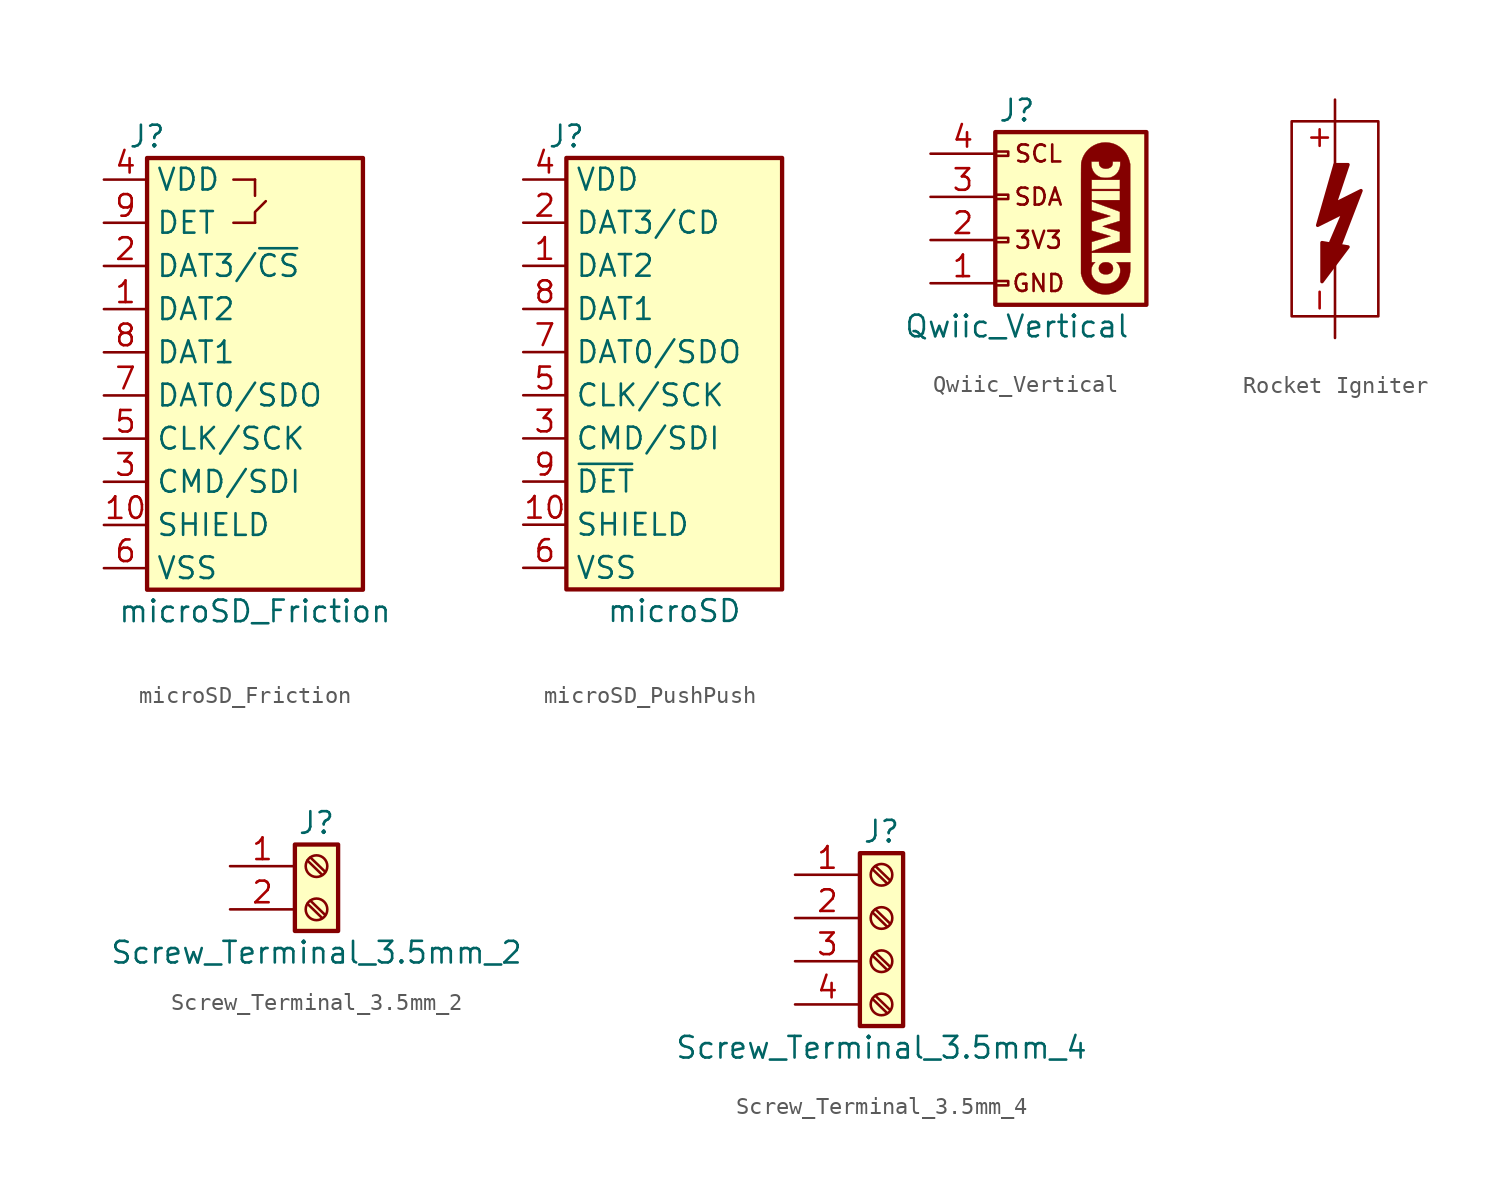
<source format=kicad_sym>
(kicad_symbol_lib
  (version 20231120)
  (generator "kicad_symbol_editor")
  (generator_version "8.0")
  (symbol "microSD_Friction"
    (property "Reference" "J"
      (at -6.35 15.24 0)
      (do_not_autoplace)
      (effects (font (size 1.27 1.27))))
    (property "Value" "microSD_Friction"
      (at 0 -12.7 0)
      (do_not_autoplace)
      (effects (font (size 1.27 1.27))))
    (symbol "microSD_Friction_0_1"
      (polyline (pts (xy -1.27 10.16) (xy 0 10.16)) (stroke (width 0) (type default)) (fill (type none)))
      (polyline (pts (xy -1.27 12.7) (xy 0 12.7)) (stroke (width 0) (type default)) (fill (type none)))
      (polyline (pts (xy 0 12.7) (xy 0 11.748)) (stroke (width 0) (type default)) (fill (type none)))
      (polyline (pts (xy 0 10.16) (xy 0 10.795) (xy 0.635 11.43)) (stroke (width 0) (type default)) (fill (type none))))
    (symbol "microSD_Friction_1_1"
      (rectangle (start -6.35 13.97) (end 6.35 -11.43) (stroke (width 0.254) (type default)) (fill (type background)))
      (pin bidirectional line (at -8.89 5.08 0) (length 2.54) (name "DAT2" (effects (font (size 1.27 1.27)))) (number "1" (effects (font (size 1.27 1.27)))))
      (pin passive line (at -8.89 -7.62 0) (length 2.54) (name "SHIELD" (effects (font (size 1.27 1.27)))) (number "10" (effects (font (size 1.27 1.27)))))
      (pin bidirectional line (at -8.89 7.62 0) (length 2.54) (name "DAT3/~{CS}" (effects (font (size 1.27 1.27)))) (number "2" (effects (font (size 1.27 1.27)))))
      (pin input line (at -8.89 -5.08 0) (length 2.54) (name "CMD/SDI" (effects (font (size 1.27 1.27)))) (number "3" (effects (font (size 1.27 1.27)))))
      (pin power_in line (at -8.89 12.7 0) (length 2.54) (name "VDD" (effects (font (size 1.27 1.27)))) (number "4" (effects (font (size 1.27 1.27)))))
      (pin input line (at -8.89 -2.54 0) (length 2.54) (name "CLK/SCK" (effects (font (size 1.27 1.27)))) (number "5" (effects (font (size 1.27 1.27)))))
      (pin power_in line (at -8.89 -10.16 0) (length 2.54) (name "VSS" (effects (font (size 1.27 1.27)))) (number "6" (effects (font (size 1.27 1.27)))))
      (pin bidirectional line (at -8.89 0 0) (length 2.54) (name "DAT0/SDO" (effects (font (size 1.27 1.27)))) (number "7" (effects (font (size 1.27 1.27)))))
      (pin bidirectional line (at -8.89 2.54 0) (length 2.54) (name "DAT1" (effects (font (size 1.27 1.27)))) (number "8" (effects (font (size 1.27 1.27)))))
      (pin passive line (at -8.89 10.16 0) (length 2.54) (name "DET" (effects (font (size 1.27 1.27)))) (number "9" (effects (font (size 1.27 1.27)))))))
  (symbol "microSD_PushPush"
    (property "Reference" "J"
      (at -6.35 15.24 0)
      (do_not_autoplace)
      (effects (font (size 1.27 1.27))))
    (property "Value" "microSD"
      (at 0 -12.7 0)
      (do_not_autoplace)
      (effects (font (size 1.27 1.27))))
    (symbol "microSD_PushPush_1_1"
      (rectangle (start -6.35 13.97) (end 6.35 -11.43) (stroke (width 0.254) (type default)) (fill (type background)))
      (pin bidirectional line (at -8.89 7.62 0) (length 2.54) (name "DAT2" (effects (font (size 1.27 1.27)))) (number "1" (effects (font (size 1.27 1.27)))))
      (pin passive line (at -8.89 -7.62 0) (length 2.54) (name "SHIELD" (effects (font (size 1.27 1.27)))) (number "10" (effects (font (size 1.27 1.27)))))
      (pin bidirectional line (at -8.89 10.16 0) (length 2.54) (name "DAT3/CD" (effects (font (size 1.27 1.27)))) (number "2" (effects (font (size 1.27 1.27)))))
      (pin input line (at -8.89 -2.54 0) (length 2.54) (name "CMD/SDI" (effects (font (size 1.27 1.27)))) (number "3" (effects (font (size 1.27 1.27)))))
      (pin power_in line (at -8.89 12.7 0) (length 2.54) (name "VDD" (effects (font (size 1.27 1.27)))) (number "4" (effects (font (size 1.27 1.27)))))
      (pin input line (at -8.89 0 0) (length 2.54) (name "CLK/SCK" (effects (font (size 1.27 1.27)))) (number "5" (effects (font (size 1.27 1.27)))))
      (pin power_in line (at -8.89 -10.16 0) (length 2.54) (name "VSS" (effects (font (size 1.27 1.27)))) (number "6" (effects (font (size 1.27 1.27)))))
      (pin bidirectional line (at -8.89 2.54 0) (length 2.54) (name "DAT0/SDO" (effects (font (size 1.27 1.27)))) (number "7" (effects (font (size 1.27 1.27)))))
      (pin bidirectional line (at -8.89 5.08 0) (length 2.54) (name "DAT1" (effects (font (size 1.27 1.27)))) (number "8" (effects (font (size 1.27 1.27)))))
      (pin passive line (at -8.89 -5.08 0) (length 2.54) (name "~{DET}" (effects (font (size 1.27 1.27)))) (number "9" (effects (font (size 1.27 1.27)))))))
  (symbol "Qwiic_Vertical"
    (pin_names
      (offset 1.016) hide)
    (property "Reference" "J"
      (at 0 5.08 0)
      (effects (font (size 1.27 1.27))))
    (property "Value" "Qwiic_Vertical"
      (at 0 -7.62 0)
      (effects (font (size 1.27 1.27))))
    (symbol "Qwiic_Vertical_0_0"
      (polyline (pts (xy 5.651 -4.146) (xy 5.63 -4.065) (xy 5.592 -3.998) (xy 5.537 -3.943) (xy 5.463 -3.896) (xy 5.439 -3.884) (xy 5.402 -3.868) (xy 5.368 -3.858) (xy 5.329 -3.852) (xy 5.277 -3.849) (xy 5.218 -3.847) (xy 5.123 -3.856) (xy 5.04 -3.88) (xy 4.97 -3.92) (xy 4.908 -3.976) (xy 4.894 -3.992) (xy 4.854 -4.055) (xy 4.831 -4.124) (xy 4.824 -4.205) (xy 4.824 -4.222) (xy 4.834 -4.301) (xy 4.861 -4.369) (xy 4.905 -4.431) (xy 4.933 -4.459) (xy 5.001 -4.509) (xy 5.079 -4.542) (xy 5.17 -4.559) (xy 5.274 -4.561) (xy 5.326 -4.556) (xy 5.42 -4.535) (xy 5.499 -4.497) (xy 5.564 -4.444) (xy 5.613 -4.376) (xy 5.647 -4.293) (xy 5.65 -4.279) (xy 5.656 -4.232) (xy 5.656 -4.188) (xy 5.651 -4.146)) (stroke (width 0.01) (type default)) (fill (type outline)))
      (polyline (pts (xy 6.669 -0.679) (xy 6.666 1.933) (xy 6.642 2.039) (xy 6.63 2.087) (xy 6.579 2.253) (xy 6.514 2.404) (xy 6.434 2.543) (xy 6.336 2.673) (xy 6.221 2.796) (xy 6.17 2.843) (xy 6.03 2.953) (xy 5.884 3.042) (xy 5.729 3.111) (xy 5.567 3.161) (xy 5.395 3.19) (xy 5.215 3.2) (xy 5.17 3.199) (xy 5.006 3.187) (xy 4.851 3.157) (xy 4.701 3.108) (xy 4.551 3.04) (xy 4.51 3.019) (xy 4.361 2.924) (xy 4.226 2.813) (xy 4.107 2.687) (xy 4.003 2.547) (xy 3.916 2.395) (xy 3.847 2.229) (xy 3.795 2.053) (xy 3.793 2.045) (xy 3.791 2.036) (xy 3.789 2.024) (xy 3.788 2.011) (xy 3.786 1.994) (xy 3.785 1.973) (xy 3.784 1.948) (xy 3.783 1.918) (xy 3.781 1.881) (xy 3.78 1.838) (xy 3.78 1.787) (xy 3.779 1.728) (xy 3.778 1.659) (xy 3.777 1.581) (xy 3.777 1.492) (xy 3.776 1.393) (xy 3.776 1.28) (xy 3.776 1.156) (xy 3.775 1.017) (xy 3.775 0.865) (xy 3.775 0.697) (xy 3.775 0.514) (xy 3.775 0.314) (xy 3.775 0.097) (xy 3.775 -0.139) (xy 3.774 -0.393) (xy 3.774 -0.666) (xy 3.774 -0.96) (xy 3.774 -1.274) (xy 3.774 -4.515) (xy 3.804 -4.632) (xy 3.824 -4.703) (xy 3.884 -4.868) (xy 3.961 -5.021) (xy 4.056 -5.162) (xy 4.17 -5.295) (xy 4.295 -5.412) (xy 4.436 -5.516) (xy 4.586 -5.601) (xy 4.746 -5.666) (xy 4.916 -5.712) (xy 5.096 -5.739) (xy 5.257 -5.744) (xy 5.423 -5.729) (xy 5.589 -5.695) (xy 5.753 -5.642) (xy 5.824 -5.612) (xy 5.973 -5.533) (xy 6.111 -5.436) (xy 6.237 -5.324) (xy 6.349 -5.198) (xy 6.447 -5.06) (xy 6.528 -4.911) (xy 6.593 -4.753) (xy 6.638 -4.588) (xy 6.665 -4.417) (xy 6.665 -4.405) (xy 6.666 -4.37) (xy 6.668 -4.32) (xy 6.669 -4.257) (xy 6.67 -4.186) (xy 6.67 -4.11) (xy 6.672 -3.846) (xy 6.266 -3.846) (xy 5.859 -3.846) (xy 5.922 -3.91) (xy 5.935 -3.924) (xy 6 -4.011) (xy 6.047 -4.11) (xy 6.075 -4.219) (xy 6.085 -4.338) (xy 6.078 -4.451) (xy 6.052 -4.575) (xy 6.007 -4.694) (xy 5.952 -4.786) (xy 5.877 -4.875) (xy 5.786 -4.952) (xy 5.683 -5.013) (xy 5.631 -5.037) (xy 5.564 -5.064) (xy 5.498 -5.083) (xy 5.425 -5.098) (xy 5.338 -5.11) (xy 5.245 -5.116) (xy 5.122 -5.111) (xy 5 -5.094) (xy 4.886 -5.064) (xy 4.786 -5.023) (xy 4.683 -4.962) (xy 4.588 -4.882) (xy 4.509 -4.788) (xy 4.447 -4.681) (xy 4.404 -4.563) (xy 4.403 -4.561) (xy 4.391 -4.499) (xy 4.385 -4.424) (xy 4.383 -4.345) (xy 4.387 -4.266) (xy 4.396 -4.196) (xy 4.409 -4.14) (xy 4.432 -4.082) (xy 4.485 -3.988) (xy 4.555 -3.903) (xy 4.611 -3.846) (xy 4.505 -3.846) (xy 4.4 -3.846) (xy 4.4 -3.569) (xy 4.4 -3.291) (xy 4.405 -3.291) (xy 4.405 -3.202) (xy 4.402 -2.93) (xy 4.402 -2.896) (xy 4.402 -2.808) (xy 4.402 -2.739) (xy 4.404 -2.691) (xy 4.407 -2.661) (xy 4.411 -2.65) (xy 4.414 -2.648) (xy 4.434 -2.642) (xy 4.472 -2.63) (xy 4.527 -2.613) (xy 4.595 -2.592) (xy 4.676 -2.568) (xy 4.767 -2.541) (xy 4.866 -2.512) (xy 4.971 -2.481) (xy 5.017 -2.467) (xy 5.119 -2.437) (xy 5.213 -2.409) (xy 5.298 -2.383) (xy 5.371 -2.36) (xy 5.431 -2.341) (xy 5.475 -2.326) (xy 5.503 -2.317) (xy 5.511 -2.312) (xy 5.505 -2.31) (xy 5.48 -2.302) (xy 5.437 -2.288) (xy 5.379 -2.271) (xy 5.309 -2.25) (xy 5.228 -2.226) (xy 5.138 -2.2) (xy 5.041 -2.172) (xy 4.985 -2.156) (xy 4.886 -2.128) (xy 4.793 -2.101) (xy 4.706 -2.076) (xy 4.63 -2.054) (xy 4.567 -2.035) (xy 4.519 -2.021) (xy 4.489 -2.012) (xy 4.399 -1.985) (xy 4.402 -1.723) (xy 4.405 -1.461) (xy 4.584 -1.408) (xy 4.616 -1.399) (xy 4.774 -1.353) (xy 4.912 -1.313) (xy 5.032 -1.278) (xy 5.135 -1.248) (xy 5.222 -1.222) (xy 5.295 -1.2) (xy 5.354 -1.182) (xy 5.402 -1.168) (xy 5.438 -1.156) (xy 5.465 -1.147) (xy 5.483 -1.139) (xy 5.495 -1.134) (xy 5.5 -1.13) (xy 5.5 -1.126) (xy 5.497 -1.124) (xy 5.492 -1.121) (xy 5.49 -1.121) (xy 5.469 -1.114) (xy 5.43 -1.102) (xy 5.374 -1.085) (xy 5.305 -1.064) (xy 5.224 -1.04) (xy 5.133 -1.013) (xy 5.034 -0.984) (xy 4.93 -0.953) (xy 4.4 -0.797) (xy 4.4 -0.533) (xy 4.4 -0.479) (xy 4.4 -0.411) (xy 4.402 -0.353) (xy 4.403 -0.308) (xy 4.405 -0.279) (xy 4.407 -0.269) (xy 4.409 -0.269) (xy 4.428 -0.276) (xy 4.466 -0.289) (xy 4.52 -0.309) (xy 4.59 -0.334) (xy 4.673 -0.364) (xy 4.768 -0.399) (xy 4.874 -0.437) (xy 4.988 -0.479) (xy 5.11 -0.524) (xy 5.238 -0.57) (xy 6.063 -0.872) (xy 6.063 -0.193) (xy 5.231 -0.193) (xy 4.4 -0.193) (xy 4.4 0.079) (xy 4.4 0.351) (xy 5.231 0.351) (xy 6.063 0.351) (xy 6.063 0.46) (xy 5.231 0.46) (xy 4.4 0.46) (xy 4.4 0.732) (xy 4.4 1.004) (xy 5.231 1.004) (xy 5.237 1.004) (xy 5.237 1.118) (xy 5.146 1.119) (xy 5.067 1.125) (xy 4.997 1.136) (xy 4.933 1.153) (xy 4.868 1.178) (xy 4.797 1.213) (xy 4.766 1.23) (xy 4.681 1.29) (xy 4.601 1.365) (xy 4.531 1.449) (xy 4.478 1.536) (xy 4.469 1.556) (xy 4.431 1.646) (xy 4.405 1.735) (xy 4.391 1.83) (xy 4.385 1.939) (xy 4.383 2.075) (xy 4.609 2.078) (xy 4.835 2.08) (xy 4.835 1.996) (xy 4.837 1.948) (xy 4.849 1.886) (xy 4.874 1.832) (xy 4.914 1.779) (xy 4.973 1.729) (xy 5.046 1.692) (xy 5.128 1.669) (xy 5.215 1.659) (xy 5.304 1.663) (xy 5.39 1.681) (xy 5.47 1.714) (xy 5.54 1.76) (xy 5.573 1.792) (xy 5.607 1.844) (xy 5.628 1.907) (xy 5.637 1.984) (xy 5.642 2.08) (xy 5.861 2.078) (xy 6.08 2.075) (xy 6.081 1.971) (xy 6.081 1.921) (xy 6.074 1.813) (xy 6.055 1.716) (xy 6.024 1.62) (xy 5.978 1.52) (xy 5.934 1.446) (xy 5.857 1.35) (xy 5.765 1.27) (xy 5.659 1.206) (xy 5.625 1.189) (xy 5.565 1.163) (xy 5.51 1.143) (xy 5.455 1.131) (xy 5.395 1.123) (xy 5.324 1.119) (xy 5.237 1.118) (xy 5.237 1.004) (xy 6.063 1.004) (xy 6.063 0.732) (xy 6.063 0.46) (xy 6.063 0.351) (xy 6.063 0.079) (xy 6.063 -0.193) (xy 6.063 -0.872) (xy 6.063 -1.144) (xy 6.063 -1.416) (xy 5.552 -1.573) (xy 5.536 -1.578) (xy 5.436 -1.609) (xy 5.344 -1.638) (xy 5.26 -1.664) (xy 5.188 -1.687) (xy 5.129 -1.707) (xy 5.085 -1.722) (xy 5.058 -1.732) (xy 5.049 -1.737) (xy 5.049 -1.737) (xy 5.062 -1.742) (xy 5.094 -1.753) (xy 5.142 -1.768) (xy 5.205 -1.789) (xy 5.28 -1.812) (xy 5.366 -1.839) (xy 5.46 -1.869) (xy 5.56 -1.9) (xy 6.063 -2.056) (xy 6.063 -2.328) (xy 6.063 -2.601) (xy 5.234 -2.902) (xy 4.405 -3.202) (xy 4.405 -3.291) (xy 5.536 -3.291) (xy 6.673 -3.291) (xy 6.669 -0.679)) (stroke (width 0.01) (type default)) (fill (type outline))))
    (symbol "Qwiic_Vertical_1_1"
      (rectangle (start -1.27 -4.953) (end -0.508 -5.207) (stroke (width 0.152) (type default)) (fill (type none)))
      (rectangle (start -1.27 -2.413) (end -0.508 -2.667) (stroke (width 0.152) (type default)) (fill (type none)))
      (rectangle (start -1.27 0.127) (end -0.508 -0.127) (stroke (width 0.152) (type default)) (fill (type none)))
      (rectangle (start -1.27 2.667) (end -0.508 2.413) (stroke (width 0.152) (type default)) (fill (type none)))
      (rectangle (start -1.27 3.81) (end 7.62 -6.35) (stroke (width 0.254) (type default)) (fill (type background)))
      (text "3V3" (at 1.27 -2.54 0) (effects (font (size 1 1))))
      (text "GND" (at 1.27 -5.08 0) (effects (font (size 1 1))))
      (text "SCL" (at 1.27 2.54 0) (effects (font (size 1 1))))
      (text "SDA" (at 1.27 0 0) (effects (font (size 1 1))))
      (pin passive line (at -5.08 -5.08 0) (length 3.81) (name "Pin_1" (effects (font (size 1.27 1.27)))) (number "1" (effects (font (size 1.27 1.27)))))
      (pin passive line (at -5.08 -2.54 0) (length 3.81) (name "Pin_2" (effects (font (size 1.27 1.27)))) (number "2" (effects (font (size 1.27 1.27)))))
      (pin passive line (at -5.08 0 0) (length 3.81) (name "Pin_3" (effects (font (size 1.27 1.27)))) (number "3" (effects (font (size 1.27 1.27)))))
      (pin passive line (at -5.08 2.54 0) (length 3.81) (name "Pin_4" (effects (font (size 1.27 1.27)))) (number "4" (effects (font (size 1.27 1.27)))))
      (pin no_connect line (at 2.54 3.81 270) (length 2.54) hide (name "NC" (effects (font (size 1.27 1.27)))) (number "NC1" (effects (font (size 1.27 1.27)))))
      (pin no_connect line (at 2.54 3.81 270) (length 2.54) hide (name "NC" (effects (font (size 1.27 1.27)))) (number "NC2" (effects (font (size 1.27 1.27)))))))
  (symbol "Rocket Igniter"
    (property "Reference" "#IGN"
      (at 5.08 0.254 0)
      (effects (font (size 1.27 1.27)) (hide yes)))
    (symbol "Rocket Igniter_0_1"
      (polyline (pts (xy 0.762 -1.016) (xy -0.762 -0.762) (xy -0.762 -3.048) (xy 0.762 -1.016)) (stroke (width 0.203) (type default)) (fill (type outline)))
      (polyline (pts (xy 0 3.81) (xy 0.762 3.81) (xy 0 1.524) (xy 1.524 2.286) (xy 0.254 -1.016) (xy -0.254 -0.762) (xy 0.508 1.016) (xy -1.016 0.254) (xy 0 3.81)) (stroke (width 0.203) (type default)) (fill (type outline))))
    (symbol "Rocket Igniter_1_1"
      (rectangle (start -2.54 6.35) (end 2.54 -5.08) (stroke (width 0) (type default)) (fill (type none)))
      (pin passive line (at 0 7.62 270) (length 4.445) (name "" (effects (font (size 1.27 1.27)))) (number "+" (effects (font (size 1.27 1.27)))))
      (pin passive line (at 0 -6.35 90) (length 4.445) (name "" (effects (font (size 1.27 1.27)))) (number "-" (effects (font (size 1.27 1.27)))))))
  (symbol "Screw_Terminal_3.5mm_2"
    (pin_names
      (offset 1.016) hide)
    (property "Reference" "J"
      (at 0 3.81 0)
      (effects (font (size 1.27 1.27))))
    (property "Value" "Screw_Terminal_3.5mm_2"
      (at 0 -3.81 0)
      (effects (font (size 1.27 1.27))))
    (symbol "Screw_Terminal_3.5mm_2_1_1"
      (rectangle (start -1.27 2.54) (end 1.27 -2.54) (stroke (width 0.254) (type default)) (fill (type background)))
      (circle (center 0 -1.27) (radius 0.635) (stroke (width 0.152) (type default)) (fill (type none)))
      (polyline (pts (xy -0.533 -0.94) (xy 0.33 -1.778)) (stroke (width 0.152) (type default)) (fill (type none)))
      (polyline (pts (xy -0.533 1.6) (xy 0.33 0.762)) (stroke (width 0.152) (type default)) (fill (type none)))
      (polyline (pts (xy -0.356 -0.762) (xy 0.508 -1.6)) (stroke (width 0.152) (type default)) (fill (type none)))
      (polyline (pts (xy -0.356 1.778) (xy 0.508 0.94)) (stroke (width 0.152) (type default)) (fill (type none)))
      (circle (center 0 1.27) (radius 0.635) (stroke (width 0.152) (type default)) (fill (type none)))
      (pin passive line (at -5.08 1.27 0) (length 3.81) (name "Pin_1" (effects (font (size 1.27 1.27)))) (number "1" (effects (font (size 1.27 1.27)))))
      (pin passive line (at -5.08 -1.27 0) (length 3.81) (name "Pin_2" (effects (font (size 1.27 1.27)))) (number "2" (effects (font (size 1.27 1.27)))))))
  (symbol "Screw_Terminal_3.5mm_4"
    (pin_names
      (offset 1.016) hide)
    (property "Reference" "J"
      (at 0 5.08 0)
      (effects (font (size 1.27 1.27))))
    (property "Value" "Screw_Terminal_3.5mm_4"
      (at 0 -7.62 0)
      (effects (font (size 1.27 1.27))))
    (symbol "Screw_Terminal_3.5mm_4_1_1"
      (rectangle (start -1.27 3.81) (end 1.27 -6.35) (stroke (width 0.254) (type default)) (fill (type background)))
      (circle (center 0 -5.08) (radius 0.635) (stroke (width 0.152) (type default)) (fill (type none)))
      (circle (center 0 -2.54) (radius 0.635) (stroke (width 0.152) (type default)) (fill (type none)))
      (polyline (pts (xy -0.533 -4.75) (xy 0.33 -5.588)) (stroke (width 0.152) (type default)) (fill (type none)))
      (polyline (pts (xy -0.533 -2.21) (xy 0.33 -3.048)) (stroke (width 0.152) (type default)) (fill (type none)))
      (polyline (pts (xy -0.533 0.33) (xy 0.33 -0.508)) (stroke (width 0.152) (type default)) (fill (type none)))
      (polyline (pts (xy -0.533 2.87) (xy 0.33 2.032)) (stroke (width 0.152) (type default)) (fill (type none)))
      (polyline (pts (xy -0.356 -4.572) (xy 0.508 -5.41)) (stroke (width 0.152) (type default)) (fill (type none)))
      (polyline (pts (xy -0.356 -2.032) (xy 0.508 -2.87)) (stroke (width 0.152) (type default)) (fill (type none)))
      (polyline (pts (xy -0.356 0.508) (xy 0.508 -0.33)) (stroke (width 0.152) (type default)) (fill (type none)))
      (polyline (pts (xy -0.356 3.048) (xy 0.508 2.21)) (stroke (width 0.152) (type default)) (fill (type none)))
      (circle (center 0 0) (radius 0.635) (stroke (width 0.152) (type default)) (fill (type none)))
      (circle (center 0 2.54) (radius 0.635) (stroke (width 0.152) (type default)) (fill (type none)))
      (pin passive line (at -5.08 2.54 0) (length 3.81) (name "Pin_1" (effects (font (size 1.27 1.27)))) (number "1" (effects (font (size 1.27 1.27)))))
      (pin passive line (at -5.08 0 0) (length 3.81) (name "Pin_2" (effects (font (size 1.27 1.27)))) (number "2" (effects (font (size 1.27 1.27)))))
      (pin passive line (at -5.08 -2.54 0) (length 3.81) (name "Pin_3" (effects (font (size 1.27 1.27)))) (number "3" (effects (font (size 1.27 1.27)))))
      (pin passive line (at -5.08 -5.08 0) (length 3.81) (name "Pin_4" (effects (font (size 1.27 1.27)))) (number "4" (effects (font (size 1.27 1.27))))))))
</source>
